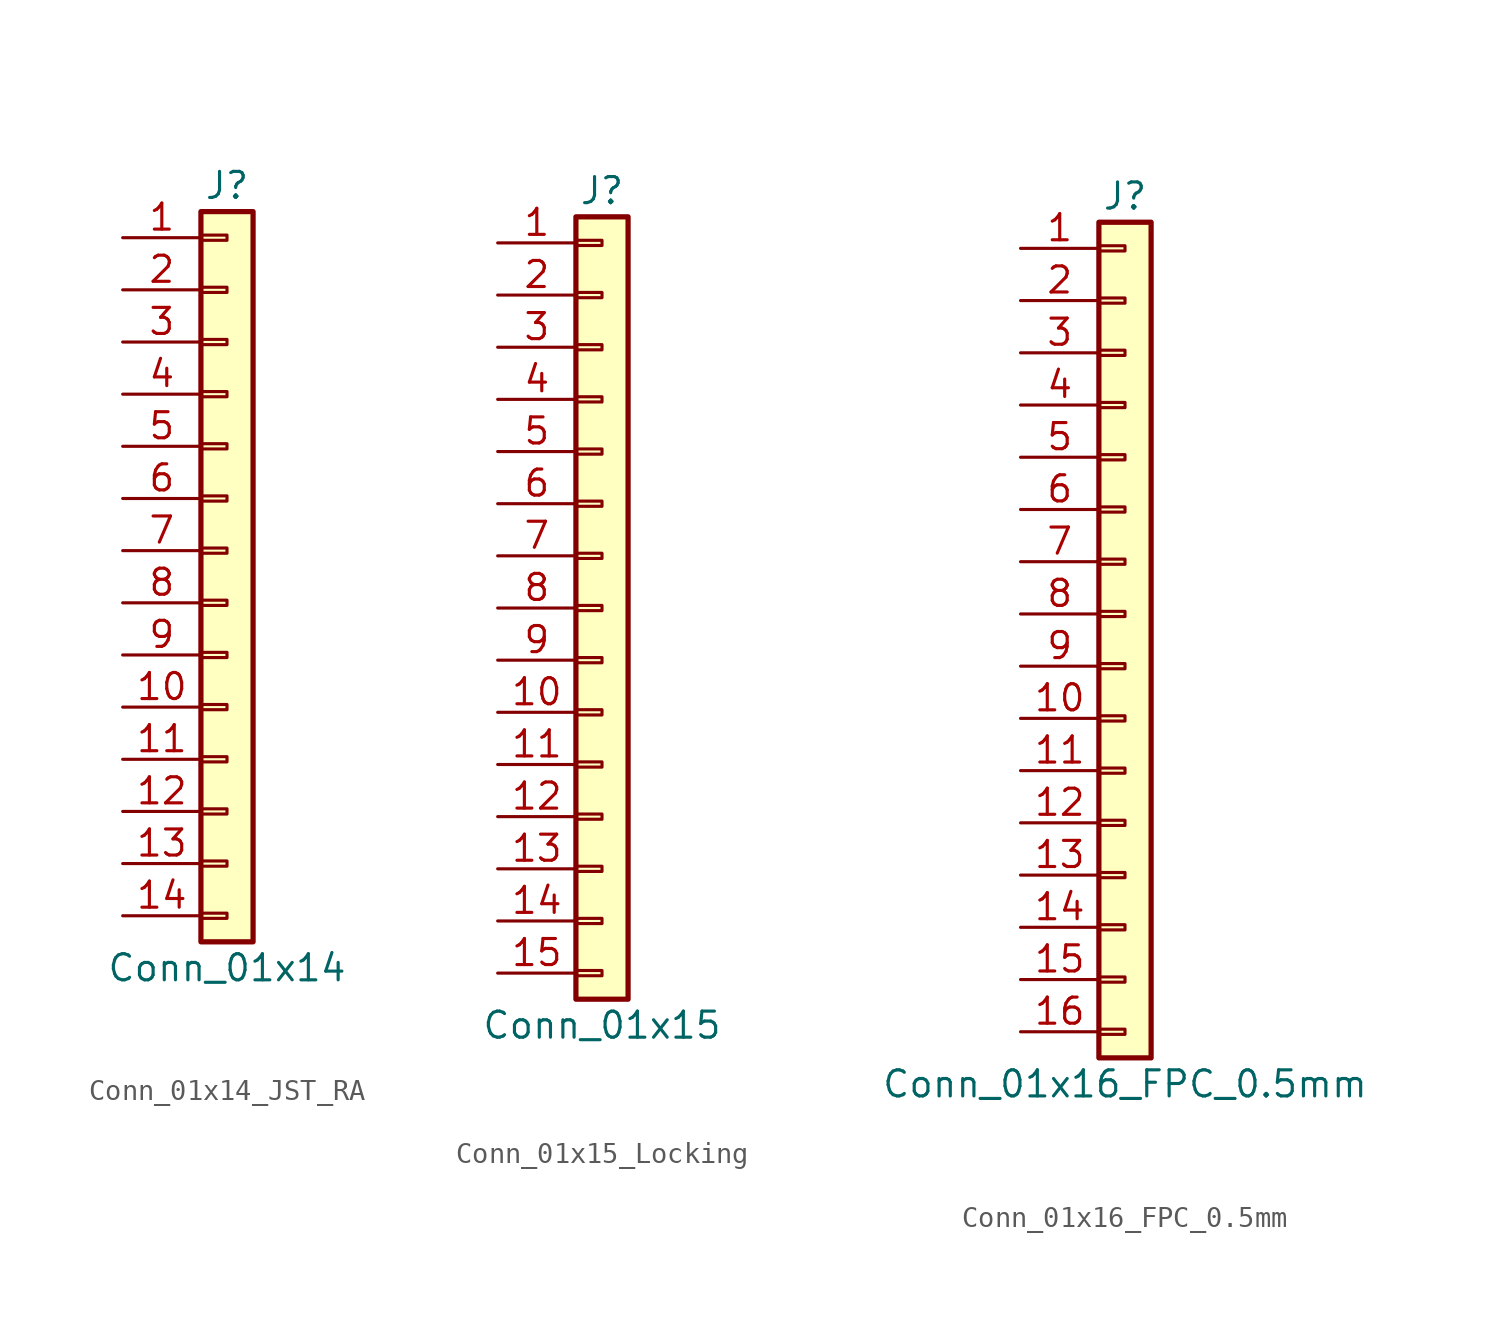
<source format=kicad_sym>
(kicad_symbol_lib
  (version 20231120)
  (generator "kicad_symbol_editor")
  (generator_version "8.0")
  (symbol "Conn_01x14_JST_RA"
    (pin_names
      (offset 1.016) hide)
    (property "Reference" "J"
      (at 0 17.78 0)
      (effects (font (size 1.27 1.27))))
    (property "Value" "Conn_01x14"
      (at 0 -20.32 0)
      (effects (font (size 1.27 1.27))))
    (symbol "Conn_01x14_JST_RA_1_1"
      (rectangle (start -1.27 -17.653) (end 0 -17.907) (stroke (width 0.152) (type default)) (fill (type none)))
      (rectangle (start -1.27 -15.113) (end 0 -15.367) (stroke (width 0.152) (type default)) (fill (type none)))
      (rectangle (start -1.27 -12.573) (end 0 -12.827) (stroke (width 0.152) (type default)) (fill (type none)))
      (rectangle (start -1.27 -10.033) (end 0 -10.287) (stroke (width 0.152) (type default)) (fill (type none)))
      (rectangle (start -1.27 -7.493) (end 0 -7.747) (stroke (width 0.152) (type default)) (fill (type none)))
      (rectangle (start -1.27 -4.953) (end 0 -5.207) (stroke (width 0.152) (type default)) (fill (type none)))
      (rectangle (start -1.27 -2.413) (end 0 -2.667) (stroke (width 0.152) (type default)) (fill (type none)))
      (rectangle (start -1.27 0.127) (end 0 -0.127) (stroke (width 0.152) (type default)) (fill (type none)))
      (rectangle (start -1.27 2.667) (end 0 2.413) (stroke (width 0.152) (type default)) (fill (type none)))
      (rectangle (start -1.27 5.207) (end 0 4.953) (stroke (width 0.152) (type default)) (fill (type none)))
      (rectangle (start -1.27 7.747) (end 0 7.493) (stroke (width 0.152) (type default)) (fill (type none)))
      (rectangle (start -1.27 10.287) (end 0 10.033) (stroke (width 0.152) (type default)) (fill (type none)))
      (rectangle (start -1.27 12.827) (end 0 12.573) (stroke (width 0.152) (type default)) (fill (type none)))
      (rectangle (start -1.27 15.367) (end 0 15.113) (stroke (width 0.152) (type default)) (fill (type none)))
      (rectangle (start -1.27 16.51) (end 1.27 -19.05) (stroke (width 0.254) (type default)) (fill (type background)))
      (pin passive line (at -5.08 15.24 0) (length 3.81) (name "Pin_1" (effects (font (size 1.27 1.27)))) (number "1" (effects (font (size 1.27 1.27)))))
      (pin passive line (at -5.08 -7.62 0) (length 3.81) (name "Pin_10" (effects (font (size 1.27 1.27)))) (number "10" (effects (font (size 1.27 1.27)))))
      (pin passive line (at -5.08 -10.16 0) (length 3.81) (name "Pin_11" (effects (font (size 1.27 1.27)))) (number "11" (effects (font (size 1.27 1.27)))))
      (pin passive line (at -5.08 -12.7 0) (length 3.81) (name "Pin_12" (effects (font (size 1.27 1.27)))) (number "12" (effects (font (size 1.27 1.27)))))
      (pin passive line (at -5.08 -15.24 0) (length 3.81) (name "Pin_13" (effects (font (size 1.27 1.27)))) (number "13" (effects (font (size 1.27 1.27)))))
      (pin passive line (at -5.08 -17.78 0) (length 3.81) (name "Pin_14" (effects (font (size 1.27 1.27)))) (number "14" (effects (font (size 1.27 1.27)))))
      (pin passive line (at -5.08 12.7 0) (length 3.81) (name "Pin_2" (effects (font (size 1.27 1.27)))) (number "2" (effects (font (size 1.27 1.27)))))
      (pin passive line (at -5.08 10.16 0) (length 3.81) (name "Pin_3" (effects (font (size 1.27 1.27)))) (number "3" (effects (font (size 1.27 1.27)))))
      (pin passive line (at -5.08 7.62 0) (length 3.81) (name "Pin_4" (effects (font (size 1.27 1.27)))) (number "4" (effects (font (size 1.27 1.27)))))
      (pin passive line (at -5.08 5.08 0) (length 3.81) (name "Pin_5" (effects (font (size 1.27 1.27)))) (number "5" (effects (font (size 1.27 1.27)))))
      (pin passive line (at -5.08 2.54 0) (length 3.81) (name "Pin_6" (effects (font (size 1.27 1.27)))) (number "6" (effects (font (size 1.27 1.27)))))
      (pin passive line (at -5.08 0 0) (length 3.81) (name "Pin_7" (effects (font (size 1.27 1.27)))) (number "7" (effects (font (size 1.27 1.27)))))
      (pin passive line (at -5.08 -2.54 0) (length 3.81) (name "Pin_8" (effects (font (size 1.27 1.27)))) (number "8" (effects (font (size 1.27 1.27)))))
      (pin passive line (at -5.08 -5.08 0) (length 3.81) (name "Pin_9" (effects (font (size 1.27 1.27)))) (number "9" (effects (font (size 1.27 1.27)))))))
  (symbol "Conn_01x15_Locking"
    (pin_names
      (offset 1.016) hide)
    (property "Reference" "J"
      (at 0 20.32 0)
      (effects (font (size 1.27 1.27))))
    (property "Value" "Conn_01x15"
      (at 0 -20.32 0)
      (effects (font (size 1.27 1.27))))
    (symbol "Conn_01x15_Locking_1_1"
      (rectangle (start -1.27 -17.653) (end 0 -17.907) (stroke (width 0.152) (type default)) (fill (type none)))
      (rectangle (start -1.27 -15.113) (end 0 -15.367) (stroke (width 0.152) (type default)) (fill (type none)))
      (rectangle (start -1.27 -12.573) (end 0 -12.827) (stroke (width 0.152) (type default)) (fill (type none)))
      (rectangle (start -1.27 -10.033) (end 0 -10.287) (stroke (width 0.152) (type default)) (fill (type none)))
      (rectangle (start -1.27 -7.493) (end 0 -7.747) (stroke (width 0.152) (type default)) (fill (type none)))
      (rectangle (start -1.27 -4.953) (end 0 -5.207) (stroke (width 0.152) (type default)) (fill (type none)))
      (rectangle (start -1.27 -2.413) (end 0 -2.667) (stroke (width 0.152) (type default)) (fill (type none)))
      (rectangle (start -1.27 0.127) (end 0 -0.127) (stroke (width 0.152) (type default)) (fill (type none)))
      (rectangle (start -1.27 2.667) (end 0 2.413) (stroke (width 0.152) (type default)) (fill (type none)))
      (rectangle (start -1.27 5.207) (end 0 4.953) (stroke (width 0.152) (type default)) (fill (type none)))
      (rectangle (start -1.27 7.747) (end 0 7.493) (stroke (width 0.152) (type default)) (fill (type none)))
      (rectangle (start -1.27 10.287) (end 0 10.033) (stroke (width 0.152) (type default)) (fill (type none)))
      (rectangle (start -1.27 12.827) (end 0 12.573) (stroke (width 0.152) (type default)) (fill (type none)))
      (rectangle (start -1.27 15.367) (end 0 15.113) (stroke (width 0.152) (type default)) (fill (type none)))
      (rectangle (start -1.27 17.907) (end 0 17.653) (stroke (width 0.152) (type default)) (fill (type none)))
      (rectangle (start -1.27 19.05) (end 1.27 -19.05) (stroke (width 0.254) (type default)) (fill (type background)))
      (pin passive line (at -5.08 17.78 0) (length 3.81) (name "Pin_1" (effects (font (size 1.27 1.27)))) (number "1" (effects (font (size 1.27 1.27)))))
      (pin passive line (at -5.08 -5.08 0) (length 3.81) (name "Pin_10" (effects (font (size 1.27 1.27)))) (number "10" (effects (font (size 1.27 1.27)))))
      (pin passive line (at -5.08 -7.62 0) (length 3.81) (name "Pin_11" (effects (font (size 1.27 1.27)))) (number "11" (effects (font (size 1.27 1.27)))))
      (pin passive line (at -5.08 -10.16 0) (length 3.81) (name "Pin_12" (effects (font (size 1.27 1.27)))) (number "12" (effects (font (size 1.27 1.27)))))
      (pin passive line (at -5.08 -12.7 0) (length 3.81) (name "Pin_13" (effects (font (size 1.27 1.27)))) (number "13" (effects (font (size 1.27 1.27)))))
      (pin passive line (at -5.08 -15.24 0) (length 3.81) (name "Pin_14" (effects (font (size 1.27 1.27)))) (number "14" (effects (font (size 1.27 1.27)))))
      (pin passive line (at -5.08 -17.78 0) (length 3.81) (name "Pin_15" (effects (font (size 1.27 1.27)))) (number "15" (effects (font (size 1.27 1.27)))))
      (pin passive line (at -5.08 15.24 0) (length 3.81) (name "Pin_2" (effects (font (size 1.27 1.27)))) (number "2" (effects (font (size 1.27 1.27)))))
      (pin passive line (at -5.08 12.7 0) (length 3.81) (name "Pin_3" (effects (font (size 1.27 1.27)))) (number "3" (effects (font (size 1.27 1.27)))))
      (pin passive line (at -5.08 10.16 0) (length 3.81) (name "Pin_4" (effects (font (size 1.27 1.27)))) (number "4" (effects (font (size 1.27 1.27)))))
      (pin passive line (at -5.08 7.62 0) (length 3.81) (name "Pin_5" (effects (font (size 1.27 1.27)))) (number "5" (effects (font (size 1.27 1.27)))))
      (pin passive line (at -5.08 5.08 0) (length 3.81) (name "Pin_6" (effects (font (size 1.27 1.27)))) (number "6" (effects (font (size 1.27 1.27)))))
      (pin passive line (at -5.08 2.54 0) (length 3.81) (name "Pin_7" (effects (font (size 1.27 1.27)))) (number "7" (effects (font (size 1.27 1.27)))))
      (pin passive line (at -5.08 0 0) (length 3.81) (name "Pin_8" (effects (font (size 1.27 1.27)))) (number "8" (effects (font (size 1.27 1.27)))))
      (pin passive line (at -5.08 -2.54 0) (length 3.81) (name "Pin_9" (effects (font (size 1.27 1.27)))) (number "9" (effects (font (size 1.27 1.27)))))))
  (symbol "Conn_01x16_FPC_0.5mm"
    (pin_names
      (offset 1.016) hide)
    (property "Reference" "J"
      (at 0 20.32 0)
      (effects (font (size 1.27 1.27))))
    (property "Value" "Conn_01x16_FPC_0.5mm"
      (at 0 -22.86 0)
      (effects (font (size 1.27 1.27))))
    (symbol "Conn_01x16_FPC_0.5mm_1_1"
      (rectangle (start -1.27 -20.193) (end 0 -20.447) (stroke (width 0.152) (type default)) (fill (type none)))
      (rectangle (start -1.27 -17.653) (end 0 -17.907) (stroke (width 0.152) (type default)) (fill (type none)))
      (rectangle (start -1.27 -15.113) (end 0 -15.367) (stroke (width 0.152) (type default)) (fill (type none)))
      (rectangle (start -1.27 -12.573) (end 0 -12.827) (stroke (width 0.152) (type default)) (fill (type none)))
      (rectangle (start -1.27 -10.033) (end 0 -10.287) (stroke (width 0.152) (type default)) (fill (type none)))
      (rectangle (start -1.27 -7.493) (end 0 -7.747) (stroke (width 0.152) (type default)) (fill (type none)))
      (rectangle (start -1.27 -4.953) (end 0 -5.207) (stroke (width 0.152) (type default)) (fill (type none)))
      (rectangle (start -1.27 -2.413) (end 0 -2.667) (stroke (width 0.152) (type default)) (fill (type none)))
      (rectangle (start -1.27 0.127) (end 0 -0.127) (stroke (width 0.152) (type default)) (fill (type none)))
      (rectangle (start -1.27 2.667) (end 0 2.413) (stroke (width 0.152) (type default)) (fill (type none)))
      (rectangle (start -1.27 5.207) (end 0 4.953) (stroke (width 0.152) (type default)) (fill (type none)))
      (rectangle (start -1.27 7.747) (end 0 7.493) (stroke (width 0.152) (type default)) (fill (type none)))
      (rectangle (start -1.27 10.287) (end 0 10.033) (stroke (width 0.152) (type default)) (fill (type none)))
      (rectangle (start -1.27 12.827) (end 0 12.573) (stroke (width 0.152) (type default)) (fill (type none)))
      (rectangle (start -1.27 15.367) (end 0 15.113) (stroke (width 0.152) (type default)) (fill (type none)))
      (rectangle (start -1.27 17.907) (end 0 17.653) (stroke (width 0.152) (type default)) (fill (type none)))
      (rectangle (start -1.27 19.05) (end 1.27 -21.59) (stroke (width 0.254) (type default)) (fill (type background)))
      (pin passive line (at -5.08 17.78 0) (length 3.81) (name "Pin_1" (effects (font (size 1.27 1.27)))) (number "1" (effects (font (size 1.27 1.27)))))
      (pin passive line (at -5.08 -5.08 0) (length 3.81) (name "Pin_10" (effects (font (size 1.27 1.27)))) (number "10" (effects (font (size 1.27 1.27)))))
      (pin passive line (at -5.08 -7.62 0) (length 3.81) (name "Pin_11" (effects (font (size 1.27 1.27)))) (number "11" (effects (font (size 1.27 1.27)))))
      (pin passive line (at -5.08 -10.16 0) (length 3.81) (name "Pin_12" (effects (font (size 1.27 1.27)))) (number "12" (effects (font (size 1.27 1.27)))))
      (pin passive line (at -5.08 -12.7 0) (length 3.81) (name "Pin_13" (effects (font (size 1.27 1.27)))) (number "13" (effects (font (size 1.27 1.27)))))
      (pin passive line (at -5.08 -15.24 0) (length 3.81) (name "Pin_14" (effects (font (size 1.27 1.27)))) (number "14" (effects (font (size 1.27 1.27)))))
      (pin passive line (at -5.08 -17.78 0) (length 3.81) (name "Pin_15" (effects (font (size 1.27 1.27)))) (number "15" (effects (font (size 1.27 1.27)))))
      (pin passive line (at -5.08 -20.32 0) (length 3.81) (name "Pin_16" (effects (font (size 1.27 1.27)))) (number "16" (effects (font (size 1.27 1.27)))))
      (pin passive line (at -5.08 15.24 0) (length 3.81) (name "Pin_2" (effects (font (size 1.27 1.27)))) (number "2" (effects (font (size 1.27 1.27)))))
      (pin passive line (at -5.08 12.7 0) (length 3.81) (name "Pin_3" (effects (font (size 1.27 1.27)))) (number "3" (effects (font (size 1.27 1.27)))))
      (pin passive line (at -5.08 10.16 0) (length 3.81) (name "Pin_4" (effects (font (size 1.27 1.27)))) (number "4" (effects (font (size 1.27 1.27)))))
      (pin passive line (at -5.08 7.62 0) (length 3.81) (name "Pin_5" (effects (font (size 1.27 1.27)))) (number "5" (effects (font (size 1.27 1.27)))))
      (pin passive line (at -5.08 5.08 0) (length 3.81) (name "Pin_6" (effects (font (size 1.27 1.27)))) (number "6" (effects (font (size 1.27 1.27)))))
      (pin passive line (at -5.08 2.54 0) (length 3.81) (name "Pin_7" (effects (font (size 1.27 1.27)))) (number "7" (effects (font (size 1.27 1.27)))))
      (pin passive line (at -5.08 0 0) (length 3.81) (name "Pin_8" (effects (font (size 1.27 1.27)))) (number "8" (effects (font (size 1.27 1.27)))))
      (pin passive line (at -5.08 -2.54 0) (length 3.81) (name "Pin_9" (effects (font (size 1.27 1.27)))) (number "9" (effects (font (size 1.27 1.27))))))))
</source>
